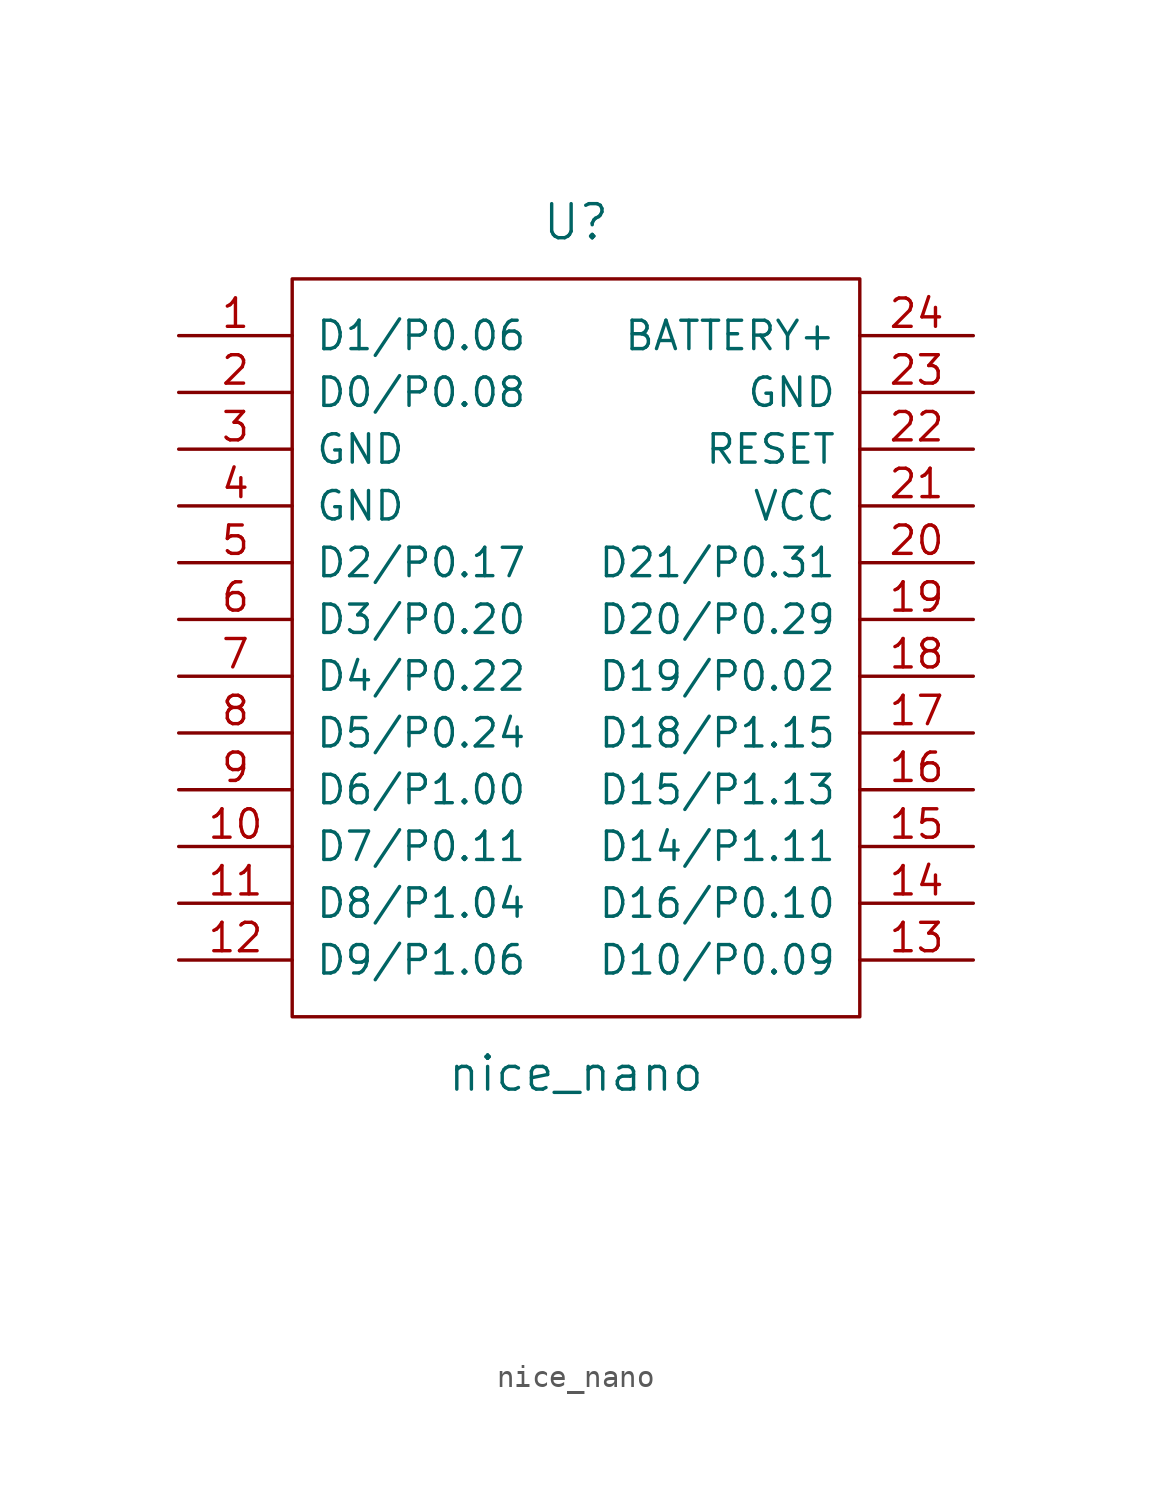
<source format=kicad_sym>
(kicad_symbol_lib
  (version 20220914)
  (generator kicad_symbol_editor)
  (symbol "nice_nano"
    (pin_names
      (offset 1.016))
    (property "Reference" "U"
      (at 0 19.05 0)
      (effects (font (size 1.524 1.524))))
    (property "Value" "nice_nano"
      (at 0 -19.05 0)
      (effects (font (size 1.524 1.524))))
    (property "Footprint" ""
      (at 2.54 -26.67 0)
      (effects (font (size 1.524 1.524))))
    (property "Datasheet" ""
      (at 2.54 -26.67 0)
      (effects (font (size 1.524 1.524))))
    (symbol "nice_nano_0_1"
      (rectangle (start -12.7 16.51) (end 12.7 -16.51) (stroke (width 0) (type solid)) (fill (type none))))
    (symbol "nice_nano_1_1"
      (pin bidirectional line (at -17.78 13.97 0) (length 5.08) (name "D1/P0.06" (effects (font (size 1.27 1.27)))) (number "1" (effects (font (size 1.27 1.27)))))
      (pin bidirectional line (at -17.78 -8.89 0) (length 5.08) (name "D7/P0.11" (effects (font (size 1.27 1.27)))) (number "10" (effects (font (size 1.27 1.27)))))
      (pin bidirectional line (at -17.78 -11.43 0) (length 5.08) (name "D8/P1.04" (effects (font (size 1.27 1.27)))) (number "11" (effects (font (size 1.27 1.27)))))
      (pin bidirectional line (at -17.78 -13.97 0) (length 5.08) (name "D9/P1.06" (effects (font (size 1.27 1.27)))) (number "12" (effects (font (size 1.27 1.27)))))
      (pin bidirectional line (at 17.78 -13.97 180) (length 5.08) (name "D10/P0.09" (effects (font (size 1.27 1.27)))) (number "13" (effects (font (size 1.27 1.27)))))
      (pin bidirectional line (at 17.78 -11.43 180) (length 5.08) (name "D16/P0.10" (effects (font (size 1.27 1.27)))) (number "14" (effects (font (size 1.27 1.27)))))
      (pin bidirectional line (at 17.78 -8.89 180) (length 5.08) (name "D14/P1.11" (effects (font (size 1.27 1.27)))) (number "15" (effects (font (size 1.27 1.27)))))
      (pin bidirectional line (at 17.78 -6.35 180) (length 5.08) (name "D15/P1.13" (effects (font (size 1.27 1.27)))) (number "16" (effects (font (size 1.27 1.27)))))
      (pin bidirectional line (at 17.78 -3.81 180) (length 5.08) (name "D18/P1.15" (effects (font (size 1.27 1.27)))) (number "17" (effects (font (size 1.27 1.27)))))
      (pin bidirectional line (at 17.78 -1.27 180) (length 5.08) (name "D19/P0.02" (effects (font (size 1.27 1.27)))) (number "18" (effects (font (size 1.27 1.27)))))
      (pin bidirectional line (at 17.78 1.27 180) (length 5.08) (name "D20/P0.29" (effects (font (size 1.27 1.27)))) (number "19" (effects (font (size 1.27 1.27)))))
      (pin bidirectional line (at -17.78 11.43 0) (length 5.08) (name "D0/P0.08" (effects (font (size 1.27 1.27)))) (number "2" (effects (font (size 1.27 1.27)))))
      (pin bidirectional line (at 17.78 3.81 180) (length 5.08) (name "D21/P0.31" (effects (font (size 1.27 1.27)))) (number "20" (effects (font (size 1.27 1.27)))))
      (pin power_in line (at 17.78 6.35 180) (length 5.08) (name "VCC" (effects (font (size 1.27 1.27)))) (number "21" (effects (font (size 1.27 1.27)))))
      (pin input line (at 17.78 8.89 180) (length 5.08) (name "RESET" (effects (font (size 1.27 1.27)))) (number "22" (effects (font (size 1.27 1.27)))))
      (pin power_in line (at 17.78 11.43 180) (length 5.08) (name "GND" (effects (font (size 1.27 1.27)))) (number "23" (effects (font (size 1.27 1.27)))))
      (pin power_out line (at 17.78 13.97 180) (length 5.08) (name "BATTERY+" (effects (font (size 1.27 1.27)))) (number "24" (effects (font (size 1.27 1.27)))))
      (pin power_in line (at -17.78 8.89 0) (length 5.08) (name "GND" (effects (font (size 1.27 1.27)))) (number "3" (effects (font (size 1.27 1.27)))))
      (pin power_in line (at -17.78 6.35 0) (length 5.08) (name "GND" (effects (font (size 1.27 1.27)))) (number "4" (effects (font (size 1.27 1.27)))))
      (pin bidirectional line (at -17.78 3.81 0) (length 5.08) (name "D2/P0.17" (effects (font (size 1.27 1.27)))) (number "5" (effects (font (size 1.27 1.27)))))
      (pin bidirectional line (at -17.78 1.27 0) (length 5.08) (name "D3/P0.20" (effects (font (size 1.27 1.27)))) (number "6" (effects (font (size 1.27 1.27)))))
      (pin bidirectional line (at -17.78 -1.27 0) (length 5.08) (name "D4/P0.22" (effects (font (size 1.27 1.27)))) (number "7" (effects (font (size 1.27 1.27)))))
      (pin bidirectional line (at -17.78 -3.81 0) (length 5.08) (name "D5/P0.24" (effects (font (size 1.27 1.27)))) (number "8" (effects (font (size 1.27 1.27)))))
      (pin bidirectional line (at -17.78 -6.35 0) (length 5.08) (name "D6/P1.00" (effects (font (size 1.27 1.27)))) (number "9" (effects (font (size 1.27 1.27))))))))
</source>
